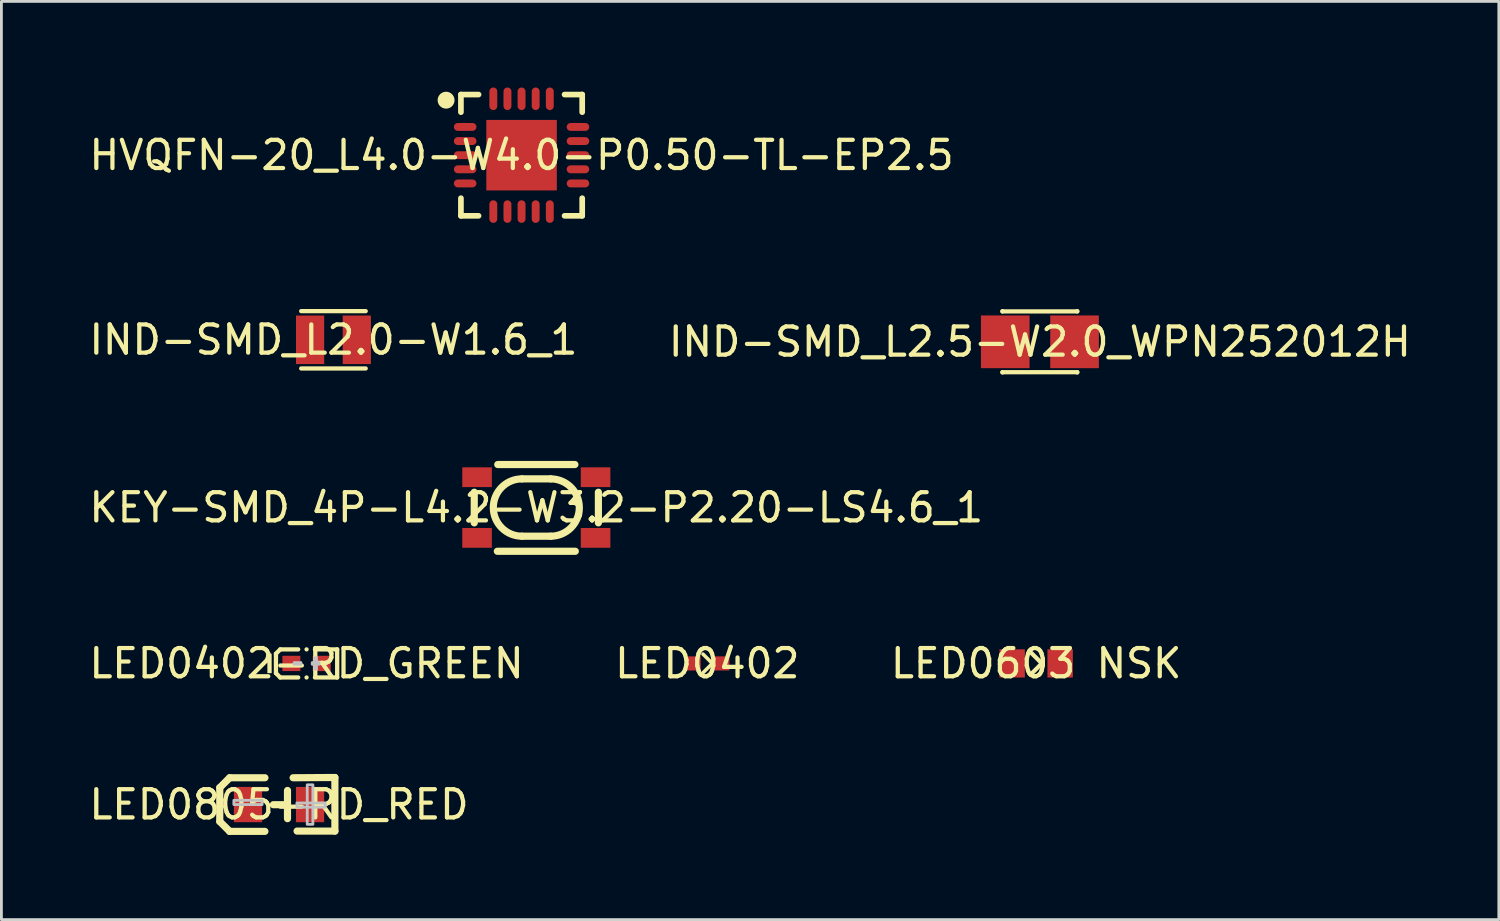
<source format=kicad_pcb>
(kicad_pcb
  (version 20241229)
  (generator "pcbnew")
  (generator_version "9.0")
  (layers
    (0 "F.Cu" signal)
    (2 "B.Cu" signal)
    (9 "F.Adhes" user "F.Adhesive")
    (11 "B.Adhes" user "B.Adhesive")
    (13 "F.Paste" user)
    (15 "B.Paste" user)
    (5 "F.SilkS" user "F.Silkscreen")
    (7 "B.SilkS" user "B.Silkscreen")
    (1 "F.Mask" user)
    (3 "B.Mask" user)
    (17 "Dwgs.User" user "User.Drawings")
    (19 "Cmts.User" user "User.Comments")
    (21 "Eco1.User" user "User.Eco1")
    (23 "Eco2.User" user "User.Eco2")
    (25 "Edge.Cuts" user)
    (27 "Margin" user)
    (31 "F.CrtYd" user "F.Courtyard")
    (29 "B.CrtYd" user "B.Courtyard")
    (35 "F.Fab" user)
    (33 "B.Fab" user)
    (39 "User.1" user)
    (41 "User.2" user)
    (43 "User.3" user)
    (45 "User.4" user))
  (footprint "IND-SMD_L2.5-W2.0_WPN252012H"
    (layer "F.Cu")
    (at 33.804 9.064)
    (property "Reference" "IND-SMD_L2.5-W2.0_WPN252012H" (at 0 0 0) (layer "F.SilkS") (effects (font (size 1 1) (thickness 0.15))))
    (fp_line (start -1.326 -1.087) (end -1.326 -1.077) (stroke (width 0.152) (type default)) (layer "F.SilkS"))
    (fp_line (start -1.326 -1.077) (end 1.326 -1.077) (stroke (width 0.152) (type default)) (layer "F.SilkS"))
    (fp_line (start -1.326 1.077) (end 1.326 1.077) (stroke (width 0.152) (type default)) (layer "F.SilkS"))
    (fp_line (start -1.326 1.087) (end -1.326 1.077) (stroke (width 0.152) (type default)) (layer "F.SilkS"))
    (fp_line (start 1.326 -1.077) (end 1.326 -1.087) (stroke (width 0.152) (type default)) (layer "F.SilkS"))
    (fp_line (start 1.326 1.077) (end 1.326 1.087) (stroke (width 0.152) (type default)) (layer "F.SilkS"))
    (fp_poly (pts (xy -0.45 0.826) (xy -1.25 0.826) (xy -1.25 -0.826) (xy -0.45 -0.826)) (stroke (width 0.1) (type default)) (fill no) (layer "User.1"))
    (fp_poly (pts (xy 0.45 -0.826) (xy 1.25 -0.826) (xy 1.25 0.826) (xy 0.45 0.826)) (stroke (width 0.1) (type default)) (fill no) (layer "User.1"))
    (fp_line (start -1.25 -1.001) (end 1.25 -1.001) (stroke (width 0.051) (type default)) (layer "User.2"))
    (fp_line (start -1.25 1.001) (end -1.25 -1.001) (stroke (width 0.051) (type default)) (layer "User.2"))
    (fp_line (start 1.25 -1.001) (end 1.25 1.001) (stroke (width 0.051) (type default)) (layer "User.2"))
    (fp_line (start 1.25 1.001) (end -1.25 1.001) (stroke (width 0.051) (type default)) (layer "User.2"))
    (fp_poly (pts (xy -1.188 1.001) (xy -1.206 0.958) (xy -1.25 0.94) (xy -1.293 0.958) (xy -1.31 1.001) (xy -1.293 1.044) (xy -1.25 1.062) (xy -1.206 1.044)) (stroke (width 0.1) (type default)) (fill no) (layer "User.3"))
    (pad "1" smd rect (at 1.23 0) (size 1.724 1.869) (layers "F.Cu" "F.Mask" "F.Paste"))
    (pad "2" smd rect (at -1.227 0) (size 1.724 1.869) (layers "F.Cu" "F.Mask" "F.Paste")))
  (footprint "LED0402-RD_GREEN"
    (layer "F.Cu")
    (at 7.815 20.463)
    (property "Reference" "LED0402-RD_GREEN" (at 0 0 0) (layer "F.SilkS") (effects (font (size 1 1) (thickness 0.15))))
    (fp_line (start -1.085 -0.345) (end -0.932 -0.498) (stroke (width 0.152) (type default)) (layer "F.SilkS"))
    (fp_line (start -1.085 0.345) (end -1.085 -0.345) (stroke (width 0.152) (type default)) (layer "F.SilkS"))
    (fp_line (start -0.932 -0.498) (end -0.297 -0.498) (stroke (width 0.152) (type default)) (layer "F.SilkS"))
    (fp_line (start -0.932 0.498) (end -1.085 0.345) (stroke (width 0.152) (type default)) (layer "F.SilkS"))
    (fp_line (start -0.297 0.498) (end -0.932 0.498) (stroke (width 0.152) (type default)) (layer "F.SilkS"))
    (fp_line (start 0.297 0.498) (end 1.085 0.498) (stroke (width 0.152) (type default)) (layer "F.SilkS"))
    (fp_line (start 1.085 -0.498) (end 0.297 -0.498) (stroke (width 0.152) (type default)) (layer "F.SilkS"))
    (fp_line (start 1.085 0.498) (end 1.085 -0.498) (stroke (width 0.152) (type default)) (layer "F.SilkS"))
    (fp_circle (center 0 -0.498) (end 0.038 -0.498) (stroke (width 0.076) (type default)) (fill no) (layer "F.SilkS"))
    (fp_circle (center 0 0.498) (end 0.038 0.498) (stroke (width 0.076) (type default)) (fill no) (layer "F.SilkS"))
    (fp_poly (pts (xy -1.237 0.345) (xy -1.237 -0.345) (xy -1.389 -0.345) (xy -1.389 0.345)) (stroke (width 0) (type default)) (fill yes) (layer "F.SilkS"))
    (fp_poly (pts (xy -0.198 0.231) (xy -0.198 -0.231) (xy -0.239 -0.269) (xy -0.816 -0.269) (xy -0.856 -0.231) (xy -0.856 0.231) (xy -0.816 0.269) (xy -0.239 0.269)) (stroke (width 0) (type default)) (fill yes) (layer "F.Paste"))
    (fp_poly (pts (xy 0.198 0.231) (xy 0.198 -0.231) (xy 0.239 -0.269) (xy 0.816 -0.269) (xy 0.856 -0.231) (xy 0.856 0.231) (xy 0.816 0.269) (xy 0.239 0.269)) (stroke (width 0) (type default)) (fill yes) (layer "F.Paste"))
    (fp_poly (pts (xy -0.44 0.03) (xy -0.44 -0.03) (xy -0.201 -0.03) (xy -0.201 0.03)) (stroke (width 0.1) (type default)) (fill no) (layer "Dwgs.User"))
    (fp_poly (pts (xy 0.35 0.201) (xy 0.35 -0.201) (xy 0.289 -0.201) (xy 0.289 0.201)) (stroke (width 0.1) (type default)) (fill no) (layer "Dwgs.User"))
    (fp_poly (pts (xy 0.44 0.03) (xy 0.44 -0.03) (xy 0.201 -0.03) (xy 0.201 0.03)) (stroke (width 0.1) (type default)) (fill no) (layer "Dwgs.User"))
    (fp_poly (pts (xy -0.5 0.249) (xy -0.5 -0.249) (xy -0.299 -0.249) (xy -0.299 0.249)) (stroke (width 0.1) (type default)) (fill no) (layer "User.1"))
    (fp_poly (pts (xy 0.5 0.249) (xy 0.5 -0.249) (xy 0.299 -0.249) (xy 0.299 0.249)) (stroke (width 0.1) (type default)) (fill no) (layer "User.1"))
    (fp_line (start -0.5 -0.249) (end 0.5 -0.249) (stroke (width 0.051) (type default)) (layer "User.2"))
    (fp_line (start -0.5 0.249) (end -0.5 -0.249) (stroke (width 0.051) (type default)) (layer "User.2"))
    (fp_line (start 0.5 -0.249) (end 0.5 0.249) (stroke (width 0.051) (type default)) (layer "User.2"))
    (fp_line (start 0.5 0.249) (end -0.5 0.249) (stroke (width 0.051) (type default)) (layer "User.2"))
    (fp_poly (pts (xy -0.44 0.249) (xy -0.457 0.206) (xy -0.5 0.188) (xy -0.544 0.206) (xy -0.561 0.249) (xy -0.544 0.292) (xy -0.5 0.31) (xy -0.457 0.292)) (stroke (width 0.1) (type default)) (fill no) (layer "User.3"))
    (pad "1" smd rect (at -0.538 0) (size 0.637 0.541) (layers "F.Cu" "F.Mask" "F.Paste"))
    (pad "2" smd rect (at 0.538 0) (size 0.637 0.541) (layers "F.Cu" "F.Mask" "F.Paste")))
  (footprint "LED0805-RD_RED"
    (layer "F.Cu")
    (at 6.839 25.465)
    (property "Reference" "LED0805-RD_RED" (at 0 0 0) (layer "F.SilkS") (effects (font (size 1 1) (thickness 0.15))))
    (fp_line (start -2.1 -0.6) (end -2.1 0.6) (stroke (width 0.254) (type default)) (layer "F.SilkS"))
    (fp_line (start -1.75 -0.95) (end -2.1 -0.6) (stroke (width 0.254) (type default)) (layer "F.SilkS"))
    (fp_line (start -1.75 0.95) (end -2.1 0.6) (stroke (width 0.254) (type default)) (layer "F.SilkS"))
    (fp_line (start -0.5 -0.95) (end -1.75 -0.95) (stroke (width 0.254) (type default)) (layer "F.SilkS"))
    (fp_line (start -0.5 0.95) (end -1.75 0.95) (stroke (width 0.254) (type default)) (layer "F.SilkS"))
    (fp_line (start 0.3 -0.5) (end 0.3 0.5) (stroke (width 0.254) (type default)) (layer "F.SilkS"))
    (fp_line (start 0.3 0.005) (end -0.2 0.005) (stroke (width 0.254) (type default)) (layer "F.SilkS"))
    (fp_line (start 0.5 -0.95) (end 1.98 -0.96) (stroke (width 0.254) (type default)) (layer "F.SilkS"))
    (fp_line (start 0.64 0.94) (end 1.98 0.94) (stroke (width 0.254) (type default)) (layer "F.SilkS"))
    (fp_line (start 1.98 -0.96) (end 1.98 0.94) (stroke (width 0.254) (type default)) (layer "F.SilkS"))
    (fp_poly (pts (xy -1.6 0) (xy -0.6 0) (xy -0.6 -0.15) (xy -1.6 -0.15)) (stroke (width 0.1) (type default)) (fill no) (layer "Dwgs.User"))
    (fp_poly (pts (xy 0.634 0.094) (xy 1.635 0.094) (xy 1.635 -0.056) (xy 0.634 -0.056)) (stroke (width 0.1) (type default)) (fill no) (layer "Dwgs.User"))
    (fp_poly (pts (xy 1 -0.7) (xy 1.2 -0.7) (xy 1.2 0.7) (xy 1 0.7)) (stroke (width 0.1) (type default)) (fill no) (layer "Dwgs.User"))
    (fp_poly (pts (xy -0.65 0.625) (xy -1 0.625) (xy -1 -0.625) (xy -0.65 -0.625)) (stroke (width 0.1) (type default)) (fill no) (layer "User.1"))
    (fp_poly (pts (xy 1 0.625) (xy 0.65 0.625) (xy 0.65 -0.625) (xy 1 -0.625)) (stroke (width 0.1) (type default)) (fill no) (layer "User.1"))
    (fp_line (start -1 -0.625) (end 1 -0.625) (stroke (width 0.051) (type default)) (layer "User.2"))
    (fp_line (start -1 0.625) (end -1 -0.625) (stroke (width 0.051) (type default)) (layer "User.2"))
    (fp_line (start 1 -0.625) (end 1 0.625) (stroke (width 0.051) (type default)) (layer "User.2"))
    (fp_line (start 1 0.625) (end -1 0.625) (stroke (width 0.051) (type default)) (layer "User.2"))
    (fp_poly (pts (xy -0.94 -0.625) (xy -0.958 -0.667) (xy -1 -0.685) (xy -1.042 -0.667) (xy -1.06 -0.625) (xy -1.042 -0.583) (xy -1 -0.565) (xy -0.958 -0.583)) (stroke (width 0.1) (type default)) (fill no) (layer "User.3"))
    (pad "1" smd rect (at -1.1 0 180) (size 1 1.25) (layers "F.Cu" "F.Mask" "F.Paste"))
    (pad "2" smd rect (at 1.1 0 180) (size 1 1.25) (layers "F.Cu" "F.Mask" "F.Paste")))
  (footprint "LED0603 NSK"
    (layer "F.Cu")
    (at 33.673 20.463)
    (property "Reference" "LED0603 NSK" (at 0 0 0) (layer "F.SilkS") (effects (font (size 1 1) (thickness 0.15))))
    (fp_line (start -0.17 -0.37) (end 0.201 -0.002) (stroke (width 0.15) (type default)) (layer "F.SilkS"))
    (fp_line (start 0.201 -0.002) (end -0.16 0.359) (stroke (width 0.15) (type default)) (layer "F.SilkS"))
    (fp_poly (pts (xy -0.4 -0.5) (xy -0.4 0.5) (xy -1.3 0.5) (xy -1.3 -0.5)) (stroke (width 0.1) (type default)) (fill no) (layer "User.1"))
    (fp_poly (pts (xy 1.3 -0.5) (xy 1.3 0.5) (xy 0.4 0.5) (xy 0.4 -0.5)) (stroke (width 0.1) (type default)) (fill no) (layer "User.1"))
    (fp_line (start -1.615 -0.805) (end 1.825 -0.805) (stroke (width 0.051) (type default)) (layer "User.2"))
    (fp_line (start -1.615 0.805) (end -1.615 -0.805) (stroke (width 0.051) (type default)) (layer "User.2"))
    (fp_line (start 1.825 -0.805) (end 1.825 0.805) (stroke (width 0.051) (type default)) (layer "User.2"))
    (fp_line (start 1.825 0.805) (end -1.615 0.805) (stroke (width 0.051) (type default)) (layer "User.2"))
    (fp_poly (pts (xy -1.555 0.805) (xy -1.573 0.763) (xy -1.615 0.745) (xy -1.657 0.763) (xy -1.675 0.805) (xy -1.657 0.847) (xy -1.615 0.865) (xy -1.573 0.847)) (stroke (width 0.1) (type default)) (fill no) (layer "User.3"))
    (pad "1" smd rect (at -0.85 0 270) (size 1 0.9) (layers "F.Cu" "F.Mask" "F.Paste"))
    (pad "2" smd rect (at 0.85 0 270) (size 1 0.9) (layers "F.Cu" "F.Mask" "F.Paste")))
  (footprint "KEY-SMD_4P-L4.2-W3.2-P2.20-LS4.6_1"
    (layer "F.Cu")
    (at 15.958 14.938)
    (property "Reference" "KEY-SMD_4P-L4.2-W3.2-P2.20-LS4.6_1" (at 0 0 0) (layer "F.SilkS") (effects (font (size 1 1) (thickness 0.15))))
    (fp_line (start -2.2 -0.543) (end -2.2 0.543) (stroke (width 0.254) (type default)) (layer "F.SilkS"))
    (fp_line (start -1.382 1.55) (end 1.382 1.55) (stroke (width 0.254) (type default)) (layer "F.SilkS"))
    (fp_line (start -0.508 -1.016) (end 0.508 -1.016) (stroke (width 0.254) (type default)) (layer "F.SilkS"))
    (fp_line (start -0.508 1.016) (end 0.508 1.016) (stroke (width 0.254) (type default)) (layer "F.SilkS"))
    (fp_line (start 1.367 -1.524) (end -1.367 -1.524) (stroke (width 0.254) (type default)) (layer "F.SilkS"))
    (fp_line (start 2.2 -0.543) (end 2.2 0.543) (stroke (width 0.254) (type default)) (layer "F.SilkS"))
    (fp_arc (start -0.508 1.016) (mid -1.524 0) (end -0.508 -1.016) (stroke (width 0.254) (type default)) (layer "F.SilkS"))
    (fp_arc (start 0.508 -1.016) (mid 1.524 0) (end 0.508 1.016) (stroke (width 0.254) (type default)) (layer "F.SilkS"))
    (fp_poly (pts (xy -2.349 -1.349) (xy -1.651 -1.349) (xy -1.651 -0.8) (xy -2.349 -0.8)) (stroke (width 0.1) (type default)) (fill no) (layer "User.1"))
    (fp_poly (pts (xy -2.349 0.8) (xy -1.651 0.8) (xy -1.651 1.349) (xy -2.349 1.349)) (stroke (width 0.1) (type default)) (fill no) (layer "User.1"))
    (fp_poly (pts (xy 1.651 -1.349) (xy 2.352 -1.349) (xy 2.352 -0.8) (xy 1.651 -0.8)) (stroke (width 0.1) (type default)) (fill no) (layer "User.1"))
    (fp_poly (pts (xy 1.651 0.8) (xy 2.352 0.8) (xy 2.352 1.349) (xy 1.651 1.349)) (stroke (width 0.1) (type default)) (fill no) (layer "User.1"))
    (fp_line (start -2.1 -1.6) (end 2.1 -1.6) (stroke (width 0.051) (type default)) (layer "User.2"))
    (fp_line (start -2.1 1.6) (end -2.1 -1.6) (stroke (width 0.051) (type default)) (layer "User.2"))
    (fp_line (start 2.1 -1.6) (end 2.1 1.6) (stroke (width 0.051) (type default)) (layer "User.2"))
    (fp_line (start 2.1 1.6) (end -2.1 1.6) (stroke (width 0.051) (type default)) (layer "User.2"))
    (fp_poly (pts (xy -2.237 -1.6) (xy -2.255 -1.643) (xy -2.299 -1.661) (xy -2.342 -1.643) (xy -2.36 -1.6) (xy -2.342 -1.557) (xy -2.299 -1.539) (xy -2.255 -1.557)) (stroke (width 0.1) (type default)) (fill no) (layer "User.3"))
    (pad "1" smd rect (at -2.1 -1.075) (size 1.049 0.701) (layers "F.Cu" "F.Mask" "F.Paste"))
    (pad "2" smd rect (at 2.1 -1.075) (size 1.049 0.701) (layers "F.Cu" "F.Mask" "F.Paste"))
    (pad "3" smd rect (at -2.1 1.075) (size 1.049 0.701) (layers "F.Cu" "F.Mask" "F.Paste"))
    (pad "4" smd rect (at 2.1 1.075) (size 1.049 0.701) (layers "F.Cu" "F.Mask" "F.Paste")))
  (footprint "HVQFN-20_L4.0-W4.0-P0.50-TL-EP2.5"
    (layer "F.Cu")
    (at 15.435 2.45)
    (property "Reference" "HVQFN-20_L4.0-W4.0-P0.50-TL-EP2.5" (at 0 0 0) (layer "F.SilkS") (effects (font (size 1 1) (thickness 0.15))))
    (fp_line (start -2.149 -2.149) (end -1.524 -2.149) (stroke (width 0.201) (type default)) (layer "F.SilkS"))
    (fp_line (start -2.149 -1.524) (end -2.149 -2.149) (stroke (width 0.201) (type default)) (layer "F.SilkS"))
    (fp_line (start -2.149 1.524) (end -2.149 2.149) (stroke (width 0.201) (type default)) (layer "F.SilkS"))
    (fp_line (start -2.149 2.149) (end -1.524 2.149) (stroke (width 0.201) (type default)) (layer "F.SilkS"))
    (fp_line (start 1.524 2.149) (end 2.149 2.149) (stroke (width 0.201) (type default)) (layer "F.SilkS"))
    (fp_line (start 2.149 -2.149) (end 1.524 -2.149) (stroke (width 0.201) (type default)) (layer "F.SilkS"))
    (fp_line (start 2.149 -1.524) (end 2.149 -2.149) (stroke (width 0.201) (type default)) (layer "F.SilkS"))
    (fp_line (start 2.149 2.149) (end 2.149 1.524) (stroke (width 0.201) (type default)) (layer "F.SilkS"))
    (fp_arc (start -2.525 -1.948) (mid -2.825007 -1.94975) (end -2.525 -1.9505) (stroke (width 0.2995) (type default)) (layer "F.SilkS"))
    (fp_poly (pts (xy -2.401 -1.141) (xy -1.6 -1.141) (xy -1.6 -0.861) (xy -2.401 -0.861)) (stroke (width 0.1) (type default)) (fill no) (layer "User.1"))
    (fp_poly (pts (xy -2.401 -0.64) (xy -1.6 -0.64) (xy -1.6 -0.36) (xy -2.401 -0.36)) (stroke (width 0.1) (type default)) (fill no) (layer "User.1"))
    (fp_poly (pts (xy -2.401 -0.14) (xy -1.6 -0.14) (xy -1.6 0.14) (xy -2.401 0.14)) (stroke (width 0.1) (type default)) (fill no) (layer "User.1"))
    (fp_poly (pts (xy -2.401 0.36) (xy -1.6 0.36) (xy -1.6 0.64) (xy -2.401 0.64)) (stroke (width 0.1) (type default)) (fill no) (layer "User.1"))
    (fp_poly (pts (xy -2.401 0.861) (xy -1.6 0.861) (xy -1.6 1.141) (xy -2.401 1.141)) (stroke (width 0.1) (type default)) (fill no) (layer "User.1"))
    (fp_poly (pts (xy -1.349 -1.351) (xy 1.351 -1.351) (xy 1.351 1.349) (xy -1.349 1.349)) (stroke (width 0.1) (type default)) (fill no) (layer "User.1"))
    (fp_poly (pts (xy -1.141 -2.401) (xy -0.861 -2.401) (xy -0.861 -1.6) (xy -1.141 -1.6)) (stroke (width 0.1) (type default)) (fill no) (layer "User.1"))
    (fp_poly (pts (xy -1.141 1.6) (xy -0.861 1.6) (xy -0.861 2.401) (xy -1.141 2.401)) (stroke (width 0.1) (type default)) (fill no) (layer "User.1"))
    (fp_poly (pts (xy -0.64 -2.401) (xy -0.36 -2.401) (xy -0.36 -1.6) (xy -0.64 -1.6)) (stroke (width 0.1) (type default)) (fill no) (layer "User.1"))
    (fp_poly (pts (xy -0.64 1.6) (xy -0.36 1.6) (xy -0.36 2.401) (xy -0.64 2.401)) (stroke (width 0.1) (type default)) (fill no) (layer "User.1"))
    (fp_poly (pts (xy -0.14 -2.401) (xy 0.14 -2.401) (xy 0.14 -1.6) (xy -0.14 -1.6)) (stroke (width 0.1) (type default)) (fill no) (layer "User.1"))
    (fp_poly (pts (xy -0.14 1.6) (xy 0.14 1.6) (xy 0.14 2.401) (xy -0.14 2.401)) (stroke (width 0.1) (type default)) (fill no) (layer "User.1"))
    (fp_poly (pts (xy 0.36 -2.401) (xy 0.64 -2.401) (xy 0.64 -1.6) (xy 0.36 -1.6)) (stroke (width 0.1) (type default)) (fill no) (layer "User.1"))
    (fp_poly (pts (xy 0.36 1.6) (xy 0.64 1.6) (xy 0.64 2.401) (xy 0.36 2.401)) (stroke (width 0.1) (type default)) (fill no) (layer "User.1"))
    (fp_poly (pts (xy 0.861 -2.401) (xy 1.141 -2.401) (xy 1.141 -1.6) (xy 0.861 -1.6)) (stroke (width 0.1) (type default)) (fill no) (layer "User.1"))
    (fp_poly (pts (xy 0.861 1.6) (xy 1.141 1.6) (xy 1.141 2.401) (xy 0.861 2.401)) (stroke (width 0.1) (type default)) (fill no) (layer "User.1"))
    (fp_poly (pts (xy 1.6 -1.141) (xy 2.401 -1.141) (xy 2.401 -0.861) (xy 1.6 -0.861)) (stroke (width 0.1) (type default)) (fill no) (layer "User.1"))
    (fp_poly (pts (xy 1.6 -0.64) (xy 2.401 -0.64) (xy 2.401 -0.36) (xy 1.6 -0.36)) (stroke (width 0.1) (type default)) (fill no) (layer "User.1"))
    (fp_poly (pts (xy 1.6 -0.14) (xy 2.401 -0.14) (xy 2.401 0.14) (xy 1.6 0.14)) (stroke (width 0.1) (type default)) (fill no) (layer "User.1"))
    (fp_poly (pts (xy 1.6 0.36) (xy 2.401 0.36) (xy 2.401 0.64) (xy 1.6 0.64)) (stroke (width 0.1) (type default)) (fill no) (layer "User.1"))
    (fp_poly (pts (xy 1.6 0.861) (xy 2.401 0.861) (xy 2.401 1.141) (xy 1.6 1.141)) (stroke (width 0.1) (type default)) (fill no) (layer "User.1"))
    (fp_line (start -2.832 -2.401) (end 2.401 -2.401) (stroke (width 0.051) (type default)) (layer "User.2"))
    (fp_line (start -2.832 2.401) (end -2.832 -2.401) (stroke (width 0.051) (type default)) (layer "User.2"))
    (fp_line (start 2.401 -2.401) (end 2.401 2.401) (stroke (width 0.051) (type default)) (layer "User.2"))
    (fp_line (start 2.401 2.401) (end -2.832 2.401) (stroke (width 0.051) (type default)) (layer "User.2"))
    (pad "1" smd oval (at -1.999 -1.001 90) (size 0.28 0.8) (layers "F.Cu" "F.Mask" "F.Paste"))
    (pad "2" smd oval (at -1.999 -0.5 90) (size 0.28 0.8) (layers "F.Cu" "F.Mask" "F.Paste"))
    (pad "3" smd oval (at -1.999 0 90) (size 0.28 0.8) (layers "F.Cu" "F.Mask" "F.Paste"))
    (pad "4" smd oval (at -1.999 0.5 90) (size 0.28 0.8) (layers "F.Cu" "F.Mask" "F.Paste"))
    (pad "5" smd oval (at -1.999 1.001 90) (size 0.28 0.8) (layers "F.Cu" "F.Mask" "F.Paste"))
    (pad "6" smd oval (at -1.001 1.999) (size 0.28 0.8) (layers "F.Cu" "F.Mask" "F.Paste"))
    (pad "7" smd oval (at -0.5 1.999) (size 0.28 0.8) (layers "F.Cu" "F.Mask" "F.Paste"))
    (pad "8" smd oval (at 0 1.999) (size 0.28 0.8) (layers "F.Cu" "F.Mask" "F.Paste"))
    (pad "9" smd oval (at 0.5 1.999) (size 0.28 0.8) (layers "F.Cu" "F.Mask" "F.Paste"))
    (pad "10" smd oval (at 1.001 1.999) (size 0.28 0.8) (layers "F.Cu" "F.Mask" "F.Paste"))
    (pad "11" smd oval (at 1.999 1.001 90) (size 0.28 0.8) (layers "F.Cu" "F.Mask" "F.Paste"))
    (pad "12" smd oval (at 1.999 0.5 90) (size 0.28 0.8) (layers "F.Cu" "F.Mask" "F.Paste"))
    (pad "13" smd oval (at 1.999 0 90) (size 0.28 0.8) (layers "F.Cu" "F.Mask" "F.Paste"))
    (pad "14" smd oval (at 1.999 -0.5 90) (size 0.28 0.8) (layers "F.Cu" "F.Mask" "F.Paste"))
    (pad "15" smd oval (at 1.999 -1.001 90) (size 0.28 0.8) (layers "F.Cu" "F.Mask" "F.Paste"))
    (pad "16" smd oval (at 1.001 -1.999) (size 0.28 0.8) (layers "F.Cu" "F.Mask" "F.Paste"))
    (pad "17" smd oval (at 0.5 -1.999) (size 0.28 0.8) (layers "F.Cu" "F.Mask" "F.Paste"))
    (pad "18" smd oval (at 0 -1.999) (size 0.28 0.8) (layers "F.Cu" "F.Mask" "F.Paste"))
    (pad "19" smd oval (at -0.5 -1.999) (size 0.28 0.8) (layers "F.Cu" "F.Mask" "F.Paste"))
    (pad "20" smd oval (at -1.001 -1.999) (size 0.28 0.8) (layers "F.Cu" "F.Mask" "F.Paste"))
    (pad "21" smd rect (at 0 0) (size 2.499 2.499) (layers "F.Cu" "F.Mask" "F.Paste")))
  (footprint "LED0402"
    (layer "F.Cu")
    (at 22.018 20.463)
    (property "Reference" "LED0402" (at 0 0 0) (layer "F.SilkS") (effects (font (size 1 1) (thickness 0.15))))
    (fp_line (start -0.152 -0.33) (end 0.178 0) (stroke (width 0.127) (type default)) (layer "F.SilkS"))
    (fp_line (start -0.14 0.318) (end 0.178 0) (stroke (width 0.127) (type default)) (layer "F.SilkS"))
    (pad "A" smd rect (at -0.508 0 90) (size 0.5 0.55) (layers "F.Cu" "F.Mask" "F.Paste"))
    (pad "K" smd rect (at 0.508 0 90) (size 0.5 0.55) (layers "F.Cu" "F.Mask" "F.Paste")))
  (footprint "IND-SMD_L2.0-W1.6_1"
    (layer "F.Cu")
    (at 8.768 8.993)
    (property "Reference" "IND-SMD_L2.0-W1.6_1" (at 0 0 0) (layer "F.SilkS") (effects (font (size 1 1) (thickness 0.15))))
    (fp_line (start -1.143 -1.016) (end 1.143 -1.016) (stroke (width 0.152) (type default)) (layer "F.SilkS"))
    (fp_line (start 1.143 1.016) (end -1.143 1.016) (stroke (width 0.152) (type default)) (layer "F.SilkS"))
    (fp_poly (pts (xy -1 -0.8) (xy -0.4 -0.8) (xy -0.4 0.8) (xy -1 0.8)) (stroke (width 0.1) (type default)) (fill no) (layer "User.1"))
    (fp_poly (pts (xy 0.4 -0.8) (xy 1 -0.8) (xy 1 0.8) (xy 0.4 0.8)) (stroke (width 0.1) (type default)) (fill no) (layer "User.1"))
    (fp_line (start -1 -0.8) (end 1 -0.8) (stroke (width 0.051) (type default)) (layer "User.2"))
    (fp_line (start -1 0.8) (end -1 -0.8) (stroke (width 0.051) (type default)) (layer "User.2"))
    (fp_line (start 1 -0.8) (end 1 0.8) (stroke (width 0.051) (type default)) (layer "User.2"))
    (fp_line (start 1 0.8) (end -1 0.8) (stroke (width 0.051) (type default)) (layer "User.2"))
    (fp_poly (pts (xy 1.06 -0.8) (xy 1.042 -0.842) (xy 1 -0.86) (xy 0.958 -0.842) (xy 0.94 -0.8) (xy 0.958 -0.758) (xy 1 -0.74) (xy 1.042 -0.758)) (stroke (width 0.1) (type default)) (fill no) (layer "User.3"))
    (pad "1" smd rect (at 0.828 0) (size 1 1.72) (layers "F.Cu" "F.Mask" "F.Paste"))
    (pad "2" smd rect (at -0.828 0) (size 1 1.72) (layers "F.Cu" "F.Mask" "F.Paste")))
  (gr_rect
    (start -3 -3)
    (end 50.071 29.542)
    (stroke (width 0.1) (type default))
    (fill no)
    (layer "Edge.Cuts")))
</source>
